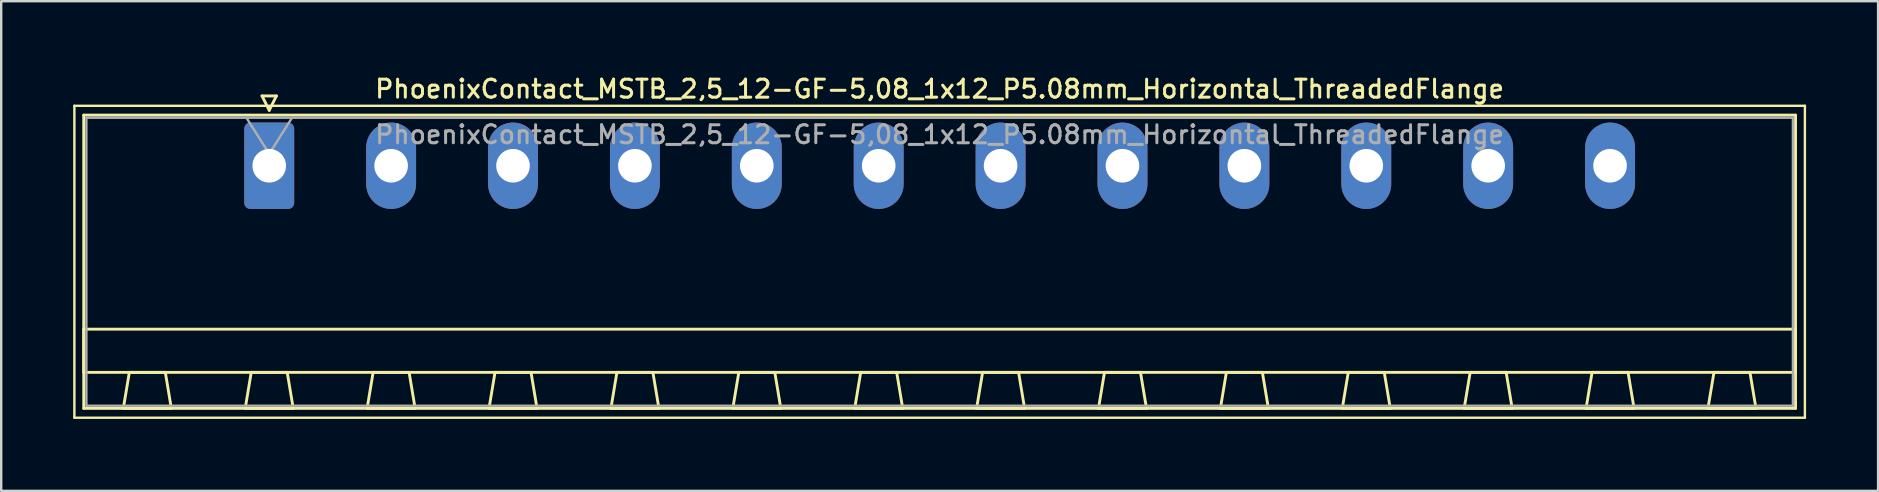
<source format=kicad_pcb>
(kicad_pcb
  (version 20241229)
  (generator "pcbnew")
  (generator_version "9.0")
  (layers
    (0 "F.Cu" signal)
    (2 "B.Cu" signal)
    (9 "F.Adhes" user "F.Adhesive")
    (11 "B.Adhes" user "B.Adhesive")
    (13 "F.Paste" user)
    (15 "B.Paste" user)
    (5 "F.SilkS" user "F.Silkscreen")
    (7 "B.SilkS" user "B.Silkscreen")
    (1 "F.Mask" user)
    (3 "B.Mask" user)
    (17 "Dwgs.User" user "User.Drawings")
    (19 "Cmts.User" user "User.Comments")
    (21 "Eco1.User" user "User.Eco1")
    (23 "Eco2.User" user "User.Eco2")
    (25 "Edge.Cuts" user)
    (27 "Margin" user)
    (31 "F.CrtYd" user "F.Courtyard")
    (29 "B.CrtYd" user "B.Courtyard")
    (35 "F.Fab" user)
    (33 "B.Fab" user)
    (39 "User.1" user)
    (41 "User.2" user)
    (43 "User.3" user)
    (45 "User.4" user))
  (footprint "PhoenixContact_MSTB_2,5_12-GF-5,08_1x12_P5.08mm_Horizontal_ThreadedFlange"
    (layer "F.Cu")
    (at 8.17 3.858)
    (property "Reference" "PhoenixContact_MSTB_2,5_12-GF-5,08_1x12_P5.08mm_Horizontal_ThreadedFlange" (at 27.94 -3.2 0) (layer "F.SilkS") (effects (font (size 0.75 0.75) (thickness 0.125))))
    (attr through_hole)
    (fp_line (start -8.12 -2.5) (end -8.12 10.5) (stroke (width 0.1) (type solid)) (layer "F.SilkS"))
    (fp_line (start -8.12 10.5) (end 64 10.5) (stroke (width 0.1) (type solid)) (layer "F.SilkS"))
    (fp_line (start -7.73 -2.11) (end -7.73 10.11) (stroke (width 0.12) (type solid)) (layer "F.SilkS"))
    (fp_line (start -7.73 6.81) (end 63.61 6.81) (stroke (width 0.12) (type solid)) (layer "F.SilkS"))
    (fp_line (start -7.73 8.61) (end -7.73 6.81) (stroke (width 0.12) (type solid)) (layer "F.SilkS"))
    (fp_line (start -7.73 10.11) (end 63.61 10.11) (stroke (width 0.12) (type solid)) (layer "F.SilkS"))
    (fp_line (start -6.08 10.11) (end -4.08 10.11) (stroke (width 0.12) (type solid)) (layer "F.SilkS"))
    (fp_line (start -5.83 8.61) (end -6.08 10.11) (stroke (width 0.12) (type solid)) (layer "F.SilkS"))
    (fp_line (start -4.33 8.61) (end -5.83 8.61) (stroke (width 0.12) (type solid)) (layer "F.SilkS"))
    (fp_line (start -4.08 10.11) (end -4.33 8.61) (stroke (width 0.12) (type solid)) (layer "F.SilkS"))
    (fp_line (start -1 10.11) (end 1 10.11) (stroke (width 0.12) (type solid)) (layer "F.SilkS"))
    (fp_line (start -0.75 8.61) (end -1 10.11) (stroke (width 0.12) (type solid)) (layer "F.SilkS"))
    (fp_line (start -0.3 -2.91) (end 0.3 -2.91) (stroke (width 0.12) (type solid)) (layer "F.SilkS"))
    (fp_line (start 0 -2.31) (end -0.3 -2.91) (stroke (width 0.12) (type solid)) (layer "F.SilkS"))
    (fp_line (start 0.3 -2.91) (end 0 -2.31) (stroke (width 0.12) (type solid)) (layer "F.SilkS"))
    (fp_line (start 0.75 8.61) (end -0.75 8.61) (stroke (width 0.12) (type solid)) (layer "F.SilkS"))
    (fp_line (start 1 10.11) (end 0.75 8.61) (stroke (width 0.12) (type solid)) (layer "F.SilkS"))
    (fp_line (start 4.08 10.11) (end 6.08 10.11) (stroke (width 0.12) (type solid)) (layer "F.SilkS"))
    (fp_line (start 4.33 8.61) (end 4.08 10.11) (stroke (width 0.12) (type solid)) (layer "F.SilkS"))
    (fp_line (start 5.83 8.61) (end 4.33 8.61) (stroke (width 0.12) (type solid)) (layer "F.SilkS"))
    (fp_line (start 6.08 10.11) (end 5.83 8.61) (stroke (width 0.12) (type solid)) (layer "F.SilkS"))
    (fp_line (start 9.16 10.11) (end 11.16 10.11) (stroke (width 0.12) (type solid)) (layer "F.SilkS"))
    (fp_line (start 9.41 8.61) (end 9.16 10.11) (stroke (width 0.12) (type solid)) (layer "F.SilkS"))
    (fp_line (start 10.91 8.61) (end 9.41 8.61) (stroke (width 0.12) (type solid)) (layer "F.SilkS"))
    (fp_line (start 11.16 10.11) (end 10.91 8.61) (stroke (width 0.12) (type solid)) (layer "F.SilkS"))
    (fp_line (start 14.24 10.11) (end 16.24 10.11) (stroke (width 0.12) (type solid)) (layer "F.SilkS"))
    (fp_line (start 14.49 8.61) (end 14.24 10.11) (stroke (width 0.12) (type solid)) (layer "F.SilkS"))
    (fp_line (start 15.99 8.61) (end 14.49 8.61) (stroke (width 0.12) (type solid)) (layer "F.SilkS"))
    (fp_line (start 16.24 10.11) (end 15.99 8.61) (stroke (width 0.12) (type solid)) (layer "F.SilkS"))
    (fp_line (start 19.32 10.11) (end 21.32 10.11) (stroke (width 0.12) (type solid)) (layer "F.SilkS"))
    (fp_line (start 19.57 8.61) (end 19.32 10.11) (stroke (width 0.12) (type solid)) (layer "F.SilkS"))
    (fp_line (start 21.07 8.61) (end 19.57 8.61) (stroke (width 0.12) (type solid)) (layer "F.SilkS"))
    (fp_line (start 21.32 10.11) (end 21.07 8.61) (stroke (width 0.12) (type solid)) (layer "F.SilkS"))
    (fp_line (start 24.4 10.11) (end 26.4 10.11) (stroke (width 0.12) (type solid)) (layer "F.SilkS"))
    (fp_line (start 24.65 8.61) (end 24.4 10.11) (stroke (width 0.12) (type solid)) (layer "F.SilkS"))
    (fp_line (start 26.15 8.61) (end 24.65 8.61) (stroke (width 0.12) (type solid)) (layer "F.SilkS"))
    (fp_line (start 26.4 10.11) (end 26.15 8.61) (stroke (width 0.12) (type solid)) (layer "F.SilkS"))
    (fp_line (start 29.48 10.11) (end 31.48 10.11) (stroke (width 0.12) (type solid)) (layer "F.SilkS"))
    (fp_line (start 29.73 8.61) (end 29.48 10.11) (stroke (width 0.12) (type solid)) (layer "F.SilkS"))
    (fp_line (start 31.23 8.61) (end 29.73 8.61) (stroke (width 0.12) (type solid)) (layer "F.SilkS"))
    (fp_line (start 31.48 10.11) (end 31.23 8.61) (stroke (width 0.12) (type solid)) (layer "F.SilkS"))
    (fp_line (start 34.56 10.11) (end 36.56 10.11) (stroke (width 0.12) (type solid)) (layer "F.SilkS"))
    (fp_line (start 34.81 8.61) (end 34.56 10.11) (stroke (width 0.12) (type solid)) (layer "F.SilkS"))
    (fp_line (start 36.31 8.61) (end 34.81 8.61) (stroke (width 0.12) (type solid)) (layer "F.SilkS"))
    (fp_line (start 36.56 10.11) (end 36.31 8.61) (stroke (width 0.12) (type solid)) (layer "F.SilkS"))
    (fp_line (start 39.64 10.11) (end 41.64 10.11) (stroke (width 0.12) (type solid)) (layer "F.SilkS"))
    (fp_line (start 39.89 8.61) (end 39.64 10.11) (stroke (width 0.12) (type solid)) (layer "F.SilkS"))
    (fp_line (start 41.39 8.61) (end 39.89 8.61) (stroke (width 0.12) (type solid)) (layer "F.SilkS"))
    (fp_line (start 41.64 10.11) (end 41.39 8.61) (stroke (width 0.12) (type solid)) (layer "F.SilkS"))
    (fp_line (start 44.72 10.11) (end 46.72 10.11) (stroke (width 0.12) (type solid)) (layer "F.SilkS"))
    (fp_line (start 44.97 8.61) (end 44.72 10.11) (stroke (width 0.12) (type solid)) (layer "F.SilkS"))
    (fp_line (start 46.47 8.61) (end 44.97 8.61) (stroke (width 0.12) (type solid)) (layer "F.SilkS"))
    (fp_line (start 46.72 10.11) (end 46.47 8.61) (stroke (width 0.12) (type solid)) (layer "F.SilkS"))
    (fp_line (start 49.8 10.11) (end 51.8 10.11) (stroke (width 0.12) (type solid)) (layer "F.SilkS"))
    (fp_line (start 50.05 8.61) (end 49.8 10.11) (stroke (width 0.12) (type solid)) (layer "F.SilkS"))
    (fp_line (start 51.55 8.61) (end 50.05 8.61) (stroke (width 0.12) (type solid)) (layer "F.SilkS"))
    (fp_line (start 51.8 10.11) (end 51.55 8.61) (stroke (width 0.12) (type solid)) (layer "F.SilkS"))
    (fp_line (start 54.88 10.11) (end 56.88 10.11) (stroke (width 0.12) (type solid)) (layer "F.SilkS"))
    (fp_line (start 55.13 8.61) (end 54.88 10.11) (stroke (width 0.12) (type solid)) (layer "F.SilkS"))
    (fp_line (start 56.63 8.61) (end 55.13 8.61) (stroke (width 0.12) (type solid)) (layer "F.SilkS"))
    (fp_line (start 56.88 10.11) (end 56.63 8.61) (stroke (width 0.12) (type solid)) (layer "F.SilkS"))
    (fp_line (start 59.96 10.11) (end 61.96 10.11) (stroke (width 0.12) (type solid)) (layer "F.SilkS"))
    (fp_line (start 60.21 8.61) (end 59.96 10.11) (stroke (width 0.12) (type solid)) (layer "F.SilkS"))
    (fp_line (start 61.71 8.61) (end 60.21 8.61) (stroke (width 0.12) (type solid)) (layer "F.SilkS"))
    (fp_line (start 61.96 10.11) (end 61.71 8.61) (stroke (width 0.12) (type solid)) (layer "F.SilkS"))
    (fp_line (start 63.61 -2.11) (end -7.73 -2.11) (stroke (width 0.12) (type solid)) (layer "F.SilkS"))
    (fp_line (start 63.61 6.81) (end 63.61 8.61) (stroke (width 0.12) (type solid)) (layer "F.SilkS"))
    (fp_line (start 63.61 8.61) (end -7.73 8.61) (stroke (width 0.12) (type solid)) (layer "F.SilkS"))
    (fp_line (start 63.61 10.11) (end 63.61 -2.11) (stroke (width 0.12) (type solid)) (layer "F.SilkS"))
    (fp_line (start 64 -2.5) (end -8.12 -2.5) (stroke (width 0.1) (type solid)) (layer "F.SilkS"))
    (fp_line (start 64 10.5) (end 64 -2.5) (stroke (width 0.1) (type solid)) (layer "F.SilkS"))
    (fp_line (start -7.62 -2) (end -7.62 10) (stroke (width 0.1) (type solid)) (layer "F.Fab"))
    (fp_line (start -7.62 10) (end 63.5 10) (stroke (width 0.1) (type solid)) (layer "F.Fab"))
    (fp_line (start 0 -0.5) (end -0.95 -2) (stroke (width 0.1) (type solid)) (layer "F.Fab"))
    (fp_line (start 0.95 -2) (end 0 -0.5) (stroke (width 0.1) (type solid)) (layer "F.Fab"))
    (fp_line (start 63.5 -2) (end -7.62 -2) (stroke (width 0.1) (type solid)) (layer "F.Fab"))
    (fp_line (start 63.5 10) (end 63.5 -2) (stroke (width 0.1) (type solid)) (layer "F.Fab"))
    (fp_text user "${REFERENCE}" (at 27.94 -1.3 0) (layer "F.Fab") (effects (font (size 0.75 0.75) (thickness 0.125))))
    (pad "1" thru_hole roundrect (at 0 0) (size 2.08 3.6) (drill 1.4) (layers "*.Cu" "*.Mask") (roundrect_rratio 0.12))
    (pad "2" thru_hole oval (at 5.08 0) (size 2.08 3.6) (drill 1.4) (layers "*.Cu" "*.Mask"))
    (pad "3" thru_hole oval (at 10.16 0) (size 2.08 3.6) (drill 1.4) (layers "*.Cu" "*.Mask"))
    (pad "4" thru_hole oval (at 15.24 0) (size 2.08 3.6) (drill 1.4) (layers "*.Cu" "*.Mask"))
    (pad "5" thru_hole oval (at 20.32 0) (size 2.08 3.6) (drill 1.4) (layers "*.Cu" "*.Mask"))
    (pad "6" thru_hole oval (at 25.4 0) (size 2.08 3.6) (drill 1.4) (layers "*.Cu" "*.Mask"))
    (pad "7" thru_hole oval (at 30.48 0) (size 2.08 3.6) (drill 1.4) (layers "*.Cu" "*.Mask"))
    (pad "8" thru_hole oval (at 35.56 0) (size 2.08 3.6) (drill 1.4) (layers "*.Cu" "*.Mask"))
    (pad "9" thru_hole oval (at 40.64 0) (size 2.08 3.6) (drill 1.4) (layers "*.Cu" "*.Mask"))
    (pad "10" thru_hole oval (at 45.72 0) (size 2.08 3.6) (drill 1.4) (layers "*.Cu" "*.Mask"))
    (pad "11" thru_hole oval (at 50.8 0) (size 2.08 3.6) (drill 1.4) (layers "*.Cu" "*.Mask"))
    (pad "12" thru_hole oval (at 55.88 0) (size 2.08 3.6) (drill 1.4) (layers "*.Cu" "*.Mask")))
  (gr_rect
    (start -3 -3)
    (end 75.22 17.408)
    (stroke (width 0.1) (type default))
    (fill no)
    (layer "Edge.Cuts")))
</source>
